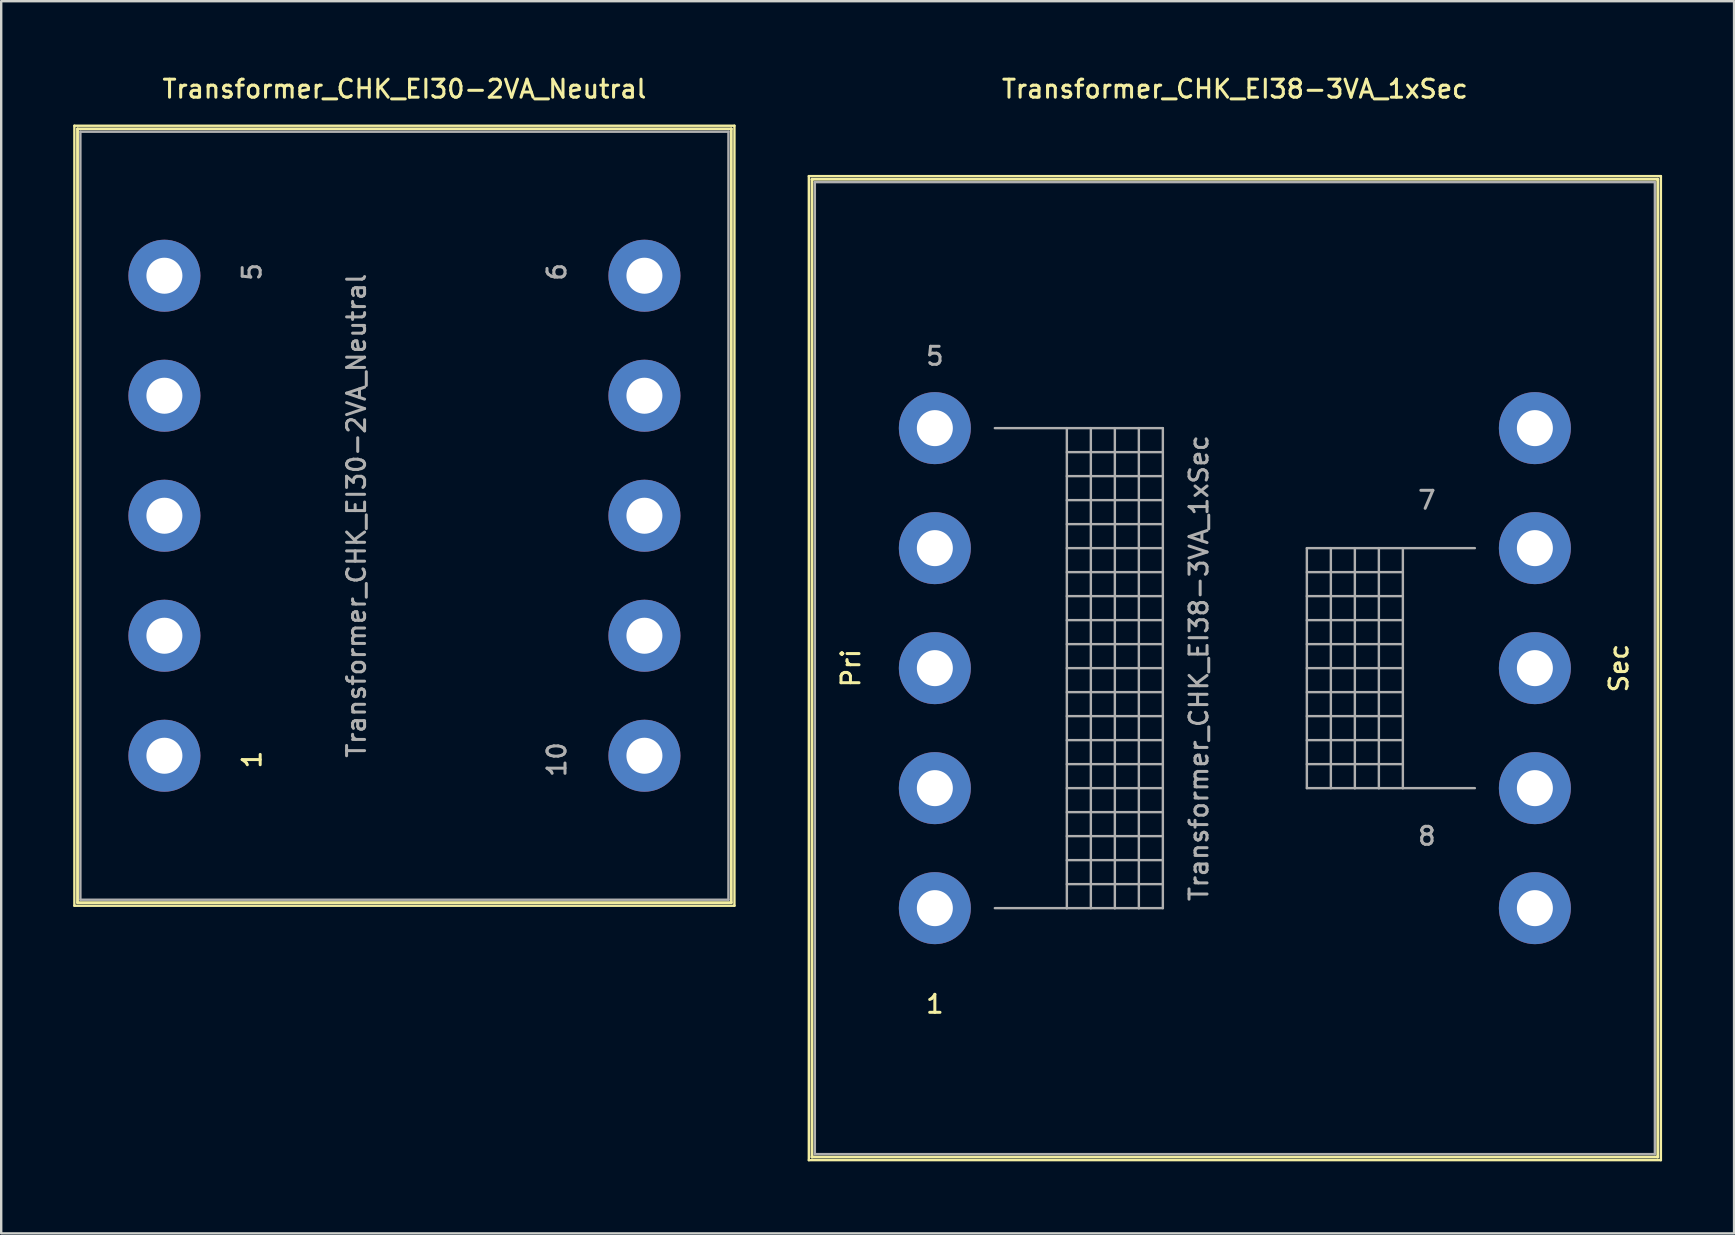
<source format=kicad_pcb>
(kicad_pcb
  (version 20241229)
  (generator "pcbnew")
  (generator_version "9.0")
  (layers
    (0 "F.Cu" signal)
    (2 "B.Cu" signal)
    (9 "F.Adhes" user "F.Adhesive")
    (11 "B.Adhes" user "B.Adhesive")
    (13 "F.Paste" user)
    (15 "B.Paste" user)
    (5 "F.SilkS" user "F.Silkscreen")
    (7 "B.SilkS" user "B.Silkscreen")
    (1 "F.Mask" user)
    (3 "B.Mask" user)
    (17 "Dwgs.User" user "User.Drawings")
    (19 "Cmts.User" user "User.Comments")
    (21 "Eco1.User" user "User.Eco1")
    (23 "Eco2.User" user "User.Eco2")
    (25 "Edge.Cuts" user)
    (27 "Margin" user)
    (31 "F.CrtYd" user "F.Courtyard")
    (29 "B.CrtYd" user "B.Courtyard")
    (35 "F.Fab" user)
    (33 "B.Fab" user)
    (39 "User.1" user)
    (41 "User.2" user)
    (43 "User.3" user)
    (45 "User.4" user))
  (footprint "Transformer_CHK_EI38-3VA_1xSec"
    (layer "F.Cu")
    (at 35.9 34.788)
    (property "Reference" "Transformer_CHK_EI38-3VA_1xSec" (at 12.5 -34.13 0) (layer "F.SilkS") (effects (font (size 0.75 0.75) (thickness 0.125))))
    (attr through_hole)
    (fp_line (start -5.25 -30.5) (end -5.25 10.5) (stroke (width 0.1) (type solid)) (layer "F.SilkS"))
    (fp_line (start -5.25 -30.5) (end 30.25 -30.5) (stroke (width 0.1) (type solid)) (layer "F.SilkS"))
    (fp_line (start -5.12 -30.37) (end -5.12 10.37) (stroke (width 0.12) (type solid)) (layer "F.SilkS"))
    (fp_line (start -5.12 -30.37) (end 30.12 -30.37) (stroke (width 0.12) (type solid)) (layer "F.SilkS"))
    (fp_line (start 30.12 10.37) (end -5.12 10.37) (stroke (width 0.12) (type solid)) (layer "F.SilkS"))
    (fp_line (start 30.12 10.37) (end 30.12 -30.37) (stroke (width 0.12) (type solid)) (layer "F.SilkS"))
    (fp_line (start 30.25 10.5) (end -5.25 10.5) (stroke (width 0.1) (type solid)) (layer "F.SilkS"))
    (fp_line (start 30.25 10.5) (end 30.25 -30.5) (stroke (width 0.1) (type solid)) (layer "F.SilkS"))
    (fp_line (start -5 -30.25) (end -5 10.25) (stroke (width 0.1) (type solid)) (layer "F.Fab"))
    (fp_line (start -5 10.25) (end 30 10.25) (stroke (width 0.1) (type solid)) (layer "F.Fab"))
    (fp_line (start 2.5 -20) (end 5.5 -20) (stroke (width 0.1) (type solid)) (layer "F.Fab"))
    (fp_line (start 5.5 -20) (end 5.5 0) (stroke (width 0.1) (type solid)) (layer "F.Fab"))
    (fp_line (start 5.5 -20) (end 6.5 -20) (stroke (width 0.1) (type solid)) (layer "F.Fab"))
    (fp_line (start 5.5 -19) (end 9.5 -19) (stroke (width 0.1) (type solid)) (layer "F.Fab"))
    (fp_line (start 5.5 -18) (end 9.5 -18) (stroke (width 0.1) (type solid)) (layer "F.Fab"))
    (fp_line (start 5.5 -17) (end 9.5 -17) (stroke (width 0.1) (type solid)) (layer "F.Fab"))
    (fp_line (start 5.5 -16) (end 9.5 -16) (stroke (width 0.1) (type solid)) (layer "F.Fab"))
    (fp_line (start 5.5 -15) (end 9.5 -15) (stroke (width 0.1) (type solid)) (layer "F.Fab"))
    (fp_line (start 5.5 -14) (end 9.5 -14) (stroke (width 0.1) (type solid)) (layer "F.Fab"))
    (fp_line (start 5.5 -13) (end 9.5 -13) (stroke (width 0.1) (type solid)) (layer "F.Fab"))
    (fp_line (start 5.5 -12) (end 9.5 -12) (stroke (width 0.1) (type solid)) (layer "F.Fab"))
    (fp_line (start 5.5 -11) (end 9.5 -11) (stroke (width 0.1) (type solid)) (layer "F.Fab"))
    (fp_line (start 5.5 -10) (end 9.5 -10) (stroke (width 0.1) (type solid)) (layer "F.Fab"))
    (fp_line (start 5.5 -9) (end 9.5 -9) (stroke (width 0.1) (type solid)) (layer "F.Fab"))
    (fp_line (start 5.5 -8) (end 9.5 -8) (stroke (width 0.1) (type solid)) (layer "F.Fab"))
    (fp_line (start 5.5 -7) (end 9.5 -7) (stroke (width 0.1) (type solid)) (layer "F.Fab"))
    (fp_line (start 5.5 -6) (end 9.5 -6) (stroke (width 0.1) (type solid)) (layer "F.Fab"))
    (fp_line (start 5.5 -5) (end 9.5 -5) (stroke (width 0.1) (type solid)) (layer "F.Fab"))
    (fp_line (start 5.5 -4) (end 9.5 -4) (stroke (width 0.1) (type solid)) (layer "F.Fab"))
    (fp_line (start 5.5 -3) (end 9.5 -3) (stroke (width 0.1) (type solid)) (layer "F.Fab"))
    (fp_line (start 5.5 -2) (end 9.5 -2) (stroke (width 0.1) (type solid)) (layer "F.Fab"))
    (fp_line (start 5.5 -1) (end 9.5 -1) (stroke (width 0.1) (type solid)) (layer "F.Fab"))
    (fp_line (start 5.5 0) (end 2.5 0) (stroke (width 0.1) (type solid)) (layer "F.Fab"))
    (fp_line (start 6.5 -20) (end 6.5 0) (stroke (width 0.1) (type solid)) (layer "F.Fab"))
    (fp_line (start 6.5 -20) (end 7.5 -20) (stroke (width 0.1) (type solid)) (layer "F.Fab"))
    (fp_line (start 6.5 0) (end 5.5 0) (stroke (width 0.1) (type solid)) (layer "F.Fab"))
    (fp_line (start 7.5 -20) (end 7.5 0) (stroke (width 0.1) (type solid)) (layer "F.Fab"))
    (fp_line (start 7.5 -20) (end 8.5 -20) (stroke (width 0.1) (type solid)) (layer "F.Fab"))
    (fp_line (start 7.5 0) (end 6.5 0) (stroke (width 0.1) (type solid)) (layer "F.Fab"))
    (fp_line (start 8.5 -20) (end 8.5 0) (stroke (width 0.1) (type solid)) (layer "F.Fab"))
    (fp_line (start 8.5 -20) (end 9.5 -20) (stroke (width 0.1) (type solid)) (layer "F.Fab"))
    (fp_line (start 8.5 0) (end 7.5 0) (stroke (width 0.1) (type solid)) (layer "F.Fab"))
    (fp_line (start 9.5 -20) (end 9.5 0) (stroke (width 0.1) (type solid)) (layer "F.Fab"))
    (fp_line (start 9.5 0) (end 8.5 0) (stroke (width 0.1) (type solid)) (layer "F.Fab"))
    (fp_line (start 15.5 -15) (end 15.5 -5) (stroke (width 0.1) (type solid)) (layer "F.Fab"))
    (fp_line (start 15.5 -14) (end 19.5 -14) (stroke (width 0.1) (type solid)) (layer "F.Fab"))
    (fp_line (start 15.5 -12) (end 19.5 -12) (stroke (width 0.1) (type solid)) (layer "F.Fab"))
    (fp_line (start 15.5 -10) (end 19.5 -10) (stroke (width 0.1) (type solid)) (layer "F.Fab"))
    (fp_line (start 15.5 -8) (end 19.5 -8) (stroke (width 0.1) (type solid)) (layer "F.Fab"))
    (fp_line (start 15.5 -6) (end 19.5 -6) (stroke (width 0.1) (type solid)) (layer "F.Fab"))
    (fp_line (start 15.5 -5) (end 16.5 -5) (stroke (width 0.1) (type solid)) (layer "F.Fab"))
    (fp_line (start 16.5 -15) (end 15.5 -15) (stroke (width 0.1) (type solid)) (layer "F.Fab"))
    (fp_line (start 16.5 -15) (end 16.5 -5) (stroke (width 0.1) (type solid)) (layer "F.Fab"))
    (fp_line (start 16.5 -5) (end 17.5 -5) (stroke (width 0.1) (type solid)) (layer "F.Fab"))
    (fp_line (start 17.5 -15) (end 16.5 -15) (stroke (width 0.1) (type solid)) (layer "F.Fab"))
    (fp_line (start 17.5 -15) (end 17.5 -5) (stroke (width 0.1) (type solid)) (layer "F.Fab"))
    (fp_line (start 17.5 -5) (end 18.5 -5) (stroke (width 0.1) (type solid)) (layer "F.Fab"))
    (fp_line (start 18.5 -15) (end 17.5 -15) (stroke (width 0.1) (type solid)) (layer "F.Fab"))
    (fp_line (start 18.5 -15) (end 18.5 -5) (stroke (width 0.1) (type solid)) (layer "F.Fab"))
    (fp_line (start 18.5 -5) (end 19.5 -5) (stroke (width 0.1) (type solid)) (layer "F.Fab"))
    (fp_line (start 19.5 -15) (end 18.5 -15) (stroke (width 0.1) (type solid)) (layer "F.Fab"))
    (fp_line (start 19.5 -15) (end 19.5 -5) (stroke (width 0.1) (type solid)) (layer "F.Fab"))
    (fp_line (start 19.5 -13) (end 15.5 -13) (stroke (width 0.1) (type solid)) (layer "F.Fab"))
    (fp_line (start 19.5 -11) (end 15.5 -11) (stroke (width 0.1) (type solid)) (layer "F.Fab"))
    (fp_line (start 19.5 -9) (end 15.5 -9) (stroke (width 0.1) (type solid)) (layer "F.Fab"))
    (fp_line (start 19.5 -7) (end 15.5 -7) (stroke (width 0.1) (type solid)) (layer "F.Fab"))
    (fp_line (start 19.5 -5) (end 22.5 -5) (stroke (width 0.1) (type solid)) (layer "F.Fab"))
    (fp_line (start 22.5 -15) (end 19.5 -15) (stroke (width 0.1) (type solid)) (layer "F.Fab"))
    (fp_line (start 30 -30.25) (end -5 -30.25) (stroke (width 0.1) (type solid)) (layer "F.Fab"))
    (fp_line (start 30 10.25) (end 30 -30.25) (stroke (width 0.1) (type solid)) (layer "F.Fab"))
    (fp_text user "Sec" (at 28.5 -10 90) (layer "F.SilkS") (effects (font (size 0.75 0.75) (thickness 0.125))))
    (fp_text user "1" (at 0 4 0) (layer "F.SilkS") (effects (font (size 0.75 0.75) (thickness 0.125))))
    (fp_text user "Pri" (at -3.5 -10 90) (layer "F.SilkS") (effects (font (size 0.75 0.75) (thickness 0.125))))
    (fp_text user "5" (at 0 -23 0) (layer "F.Fab") (effects (font (size 0.75 0.75) (thickness 0.125))))
    (fp_text user "8" (at 20.5 -3 0) (layer "F.Fab") (effects (font (size 0.75 0.75) (thickness 0.125))))
    (fp_text user "7" (at 20.5 -17 0) (layer "F.Fab") (effects (font (size 0.75 0.75) (thickness 0.125))))
    (fp_text user "${REFERENCE}" (at 11 -10 90) (layer "F.Fab") (effects (font (size 0.75 0.75) (thickness 0.125))))
    (pad "1" thru_hole circle (at 0 0) (size 3 3) (drill 1.5) (layers "*.Cu" "*.Mask"))
    (pad "2" thru_hole circle (at 0 -5) (size 3 3) (drill 1.5) (layers "*.Cu" "*.Mask"))
    (pad "3" thru_hole circle (at 0 -10) (size 3 3) (drill 1.5) (layers "*.Cu" "*.Mask"))
    (pad "4" thru_hole circle (at 0 -15) (size 3 3) (drill 1.5) (layers "*.Cu" "*.Mask"))
    (pad "5" thru_hole circle (at 0 -20) (size 3 3) (drill 1.5) (layers "*.Cu" "*.Mask"))
    (pad "6" thru_hole circle (at 25 -20) (size 3 3) (drill 1.5) (layers "*.Cu" "*.Mask"))
    (pad "7" thru_hole circle (at 25 -15) (size 3 3) (drill 1.5) (layers "*.Cu" "*.Mask"))
    (pad "8" thru_hole circle (at 25 -10) (size 3 3) (drill 1.5) (layers "*.Cu" "*.Mask"))
    (pad "9" thru_hole circle (at 25 -5) (size 3 3) (drill 1.5) (layers "*.Cu" "*.Mask"))
    (pad "10" thru_hole circle (at 25 0) (size 3 3) (drill 1.5) (layers "*.Cu" "*.Mask")))
  (footprint "Transformer_CHK_EI30-2VA_Neutral"
    (layer "F.Cu")
    (at 3.8 28.438)
    (property "Reference" "Transformer_CHK_EI30-2VA_Neutral" (at 10 -27.78 0) (layer "F.SilkS") (effects (font (size 0.75 0.75) (thickness 0.125))))
    (attr through_hole)
    (fp_line (start -3.75 -26.25) (end -3.75 6.25) (stroke (width 0.1) (type solid)) (layer "F.SilkS"))
    (fp_line (start -3.75 -26.25) (end 23.75 -26.25) (stroke (width 0.1) (type solid)) (layer "F.SilkS"))
    (fp_line (start -3.62 -26.12) (end -3.62 6.12) (stroke (width 0.12) (type solid)) (layer "F.SilkS"))
    (fp_line (start -3.62 -26.12) (end 23.62 -26.12) (stroke (width 0.12) (type solid)) (layer "F.SilkS"))
    (fp_line (start 23.62 6.12) (end -3.62 6.12) (stroke (width 0.12) (type solid)) (layer "F.SilkS"))
    (fp_line (start 23.62 6.12) (end 23.62 -26.12) (stroke (width 0.12) (type solid)) (layer "F.SilkS"))
    (fp_line (start 23.75 6.25) (end -3.75 6.25) (stroke (width 0.1) (type solid)) (layer "F.SilkS"))
    (fp_line (start 23.75 6.25) (end 23.75 -26.25) (stroke (width 0.1) (type solid)) (layer "F.SilkS"))
    (fp_line (start -3.5 -26) (end -3.5 6) (stroke (width 0.1) (type solid)) (layer "F.Fab"))
    (fp_line (start -3.5 6) (end 23.5 6) (stroke (width 0.1) (type solid)) (layer "F.Fab"))
    (fp_line (start 23.5 -26) (end -3.5 -26) (stroke (width 0.1) (type solid)) (layer "F.Fab"))
    (fp_line (start 23.5 6) (end 23.5 -26) (stroke (width 0.1) (type solid)) (layer "F.Fab"))
    (fp_text user "1" (at 3.65 0.16 90) (layer "F.SilkS") (effects (font (size 0.75 0.75) (thickness 0.125))))
    (fp_text user "10" (at 16.35 0.16 90) (layer "F.Fab") (effects (font (size 0.75 0.75) (thickness 0.125))))
    (fp_text user "${REFERENCE}" (at 8 -10 90) (layer "F.Fab") (effects (font (size 0.75 0.75) (thickness 0.125))))
    (fp_text user "6" (at 16.35 -20.16 90) (layer "F.Fab") (effects (font (size 0.75 0.75) (thickness 0.125))))
    (fp_text user "5" (at 3.65 -20.16 90) (layer "F.Fab") (effects (font (size 0.75 0.75) (thickness 0.125))))
    (pad "1" thru_hole circle (at 0 0) (size 3 3) (drill 1.5) (layers "*.Cu" "*.Mask"))
    (pad "2" thru_hole circle (at 0 -5) (size 3 3) (drill 1.5) (layers "*.Cu" "*.Mask"))
    (pad "3" thru_hole circle (at 0 -10) (size 3 3) (drill 1.5) (layers "*.Cu" "*.Mask"))
    (pad "4" thru_hole circle (at 0 -15) (size 3 3) (drill 1.5) (layers "*.Cu" "*.Mask"))
    (pad "5" thru_hole circle (at 0 -20) (size 3 3) (drill 1.5) (layers "*.Cu" "*.Mask"))
    (pad "6" thru_hole circle (at 20 -20) (size 3 3) (drill 1.5) (layers "*.Cu" "*.Mask"))
    (pad "7" thru_hole circle (at 20 -15) (size 3 3) (drill 1.5) (layers "*.Cu" "*.Mask"))
    (pad "8" thru_hole circle (at 20 -10) (size 3 3) (drill 1.5) (layers "*.Cu" "*.Mask"))
    (pad "9" thru_hole circle (at 20 -5) (size 3 3) (drill 1.5) (layers "*.Cu" "*.Mask"))
    (pad "10" thru_hole circle (at 20 0) (size 3 3) (drill 1.5) (layers "*.Cu" "*.Mask")))
  (gr_rect
    (start -3 -3)
    (end 69.2 48.338)
    (stroke (width 0.1) (type default))
    (fill no)
    (layer "Edge.Cuts")))
</source>
